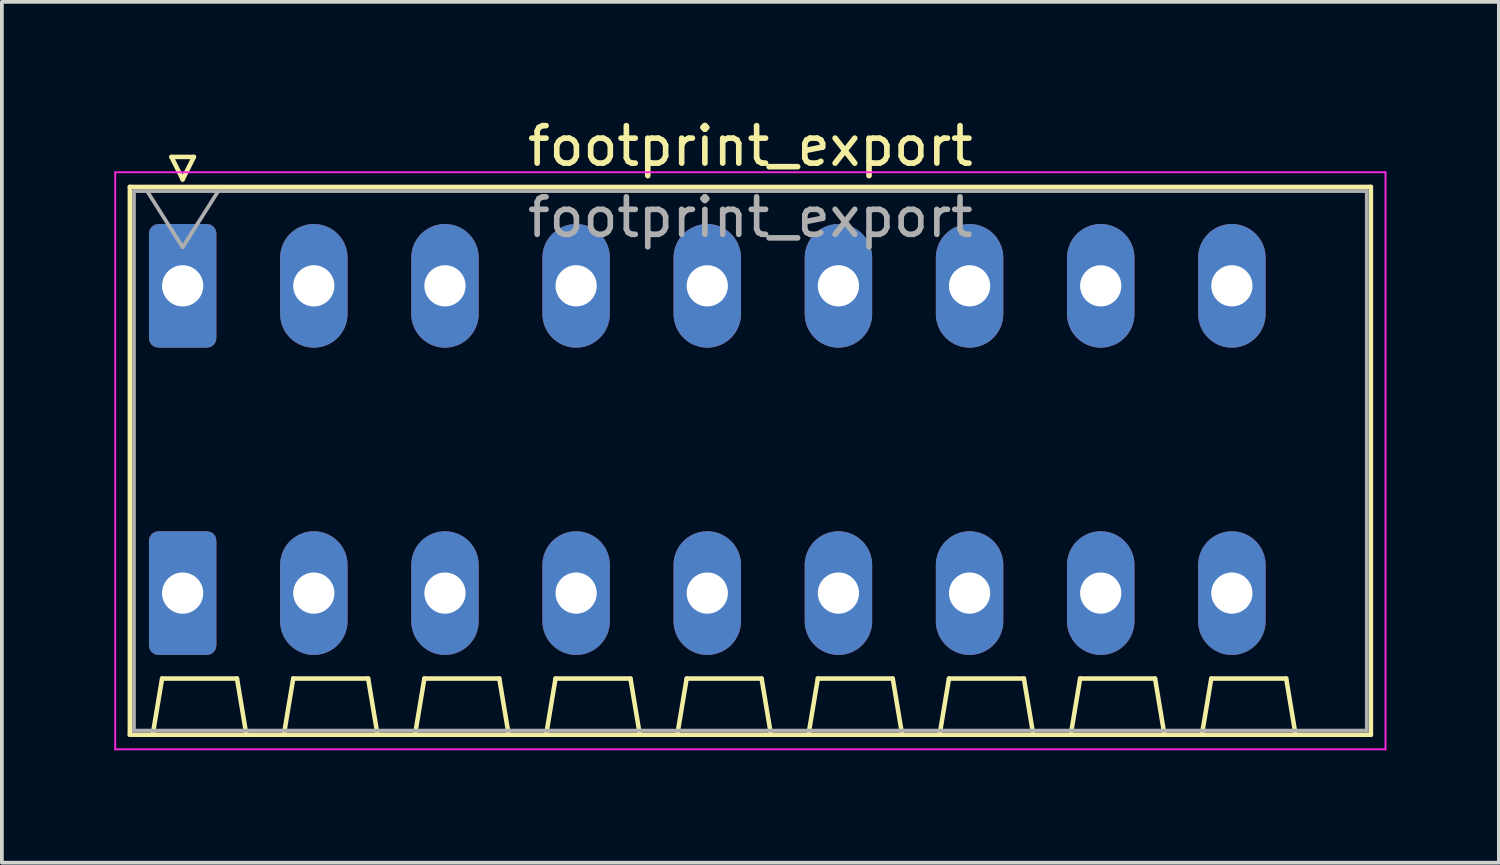
<source format=kicad_pcb>
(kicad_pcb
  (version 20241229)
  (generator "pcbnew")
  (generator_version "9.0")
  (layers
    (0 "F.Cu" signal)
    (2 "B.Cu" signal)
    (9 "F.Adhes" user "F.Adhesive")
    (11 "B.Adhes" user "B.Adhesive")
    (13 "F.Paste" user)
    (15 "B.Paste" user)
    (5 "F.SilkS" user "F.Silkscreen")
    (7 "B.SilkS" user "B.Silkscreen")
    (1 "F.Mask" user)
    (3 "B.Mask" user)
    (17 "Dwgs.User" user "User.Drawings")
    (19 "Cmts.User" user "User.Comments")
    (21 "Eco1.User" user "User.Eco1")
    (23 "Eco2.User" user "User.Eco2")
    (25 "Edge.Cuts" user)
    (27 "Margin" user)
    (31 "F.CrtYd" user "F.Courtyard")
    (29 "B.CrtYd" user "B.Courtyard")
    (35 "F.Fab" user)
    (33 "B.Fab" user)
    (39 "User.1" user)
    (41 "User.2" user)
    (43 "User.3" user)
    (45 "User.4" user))
  (footprint "footprint_export"
    (layer "F.Cu")
    (at 1.825 4.578)
    (property "Reference" "footprint_export" (at 15.15 -3.73 0) (layer "F.SilkS") (effects (font (size 1 1) (thickness 0.15))))
    (attr through_hole)
    (fp_line (start -1.41 -2.64) (end 31.71 -2.64) (stroke (width 0.12) (type solid)) (layer "F.SilkS"))
    (fp_line (start -1.41 11.98) (end -1.41 -2.64) (stroke (width 0.12) (type solid)) (layer "F.SilkS"))
    (fp_line (start -0.8 11.98) (end -0.55 10.48) (stroke (width 0.12) (type solid)) (layer "F.SilkS"))
    (fp_line (start -0.55 10.48) (end 1.45 10.48) (stroke (width 0.12) (type solid)) (layer "F.SilkS"))
    (fp_line (start -0.3 -3.44) (end 0 -2.84) (stroke (width 0.12) (type solid)) (layer "F.SilkS"))
    (fp_line (start -0.3 -3.44) (end 0.3 -3.44) (stroke (width 0.12) (type solid)) (layer "F.SilkS"))
    (fp_line (start 0.3 -3.44) (end 0 -2.84) (stroke (width 0.12) (type solid)) (layer "F.SilkS"))
    (fp_line (start 1.7 11.98) (end 1.45 10.48) (stroke (width 0.12) (type solid)) (layer "F.SilkS"))
    (fp_line (start 2.7 11.98) (end 2.95 10.48) (stroke (width 0.12) (type solid)) (layer "F.SilkS"))
    (fp_line (start 2.95 10.48) (end 4.95 10.48) (stroke (width 0.12) (type solid)) (layer "F.SilkS"))
    (fp_line (start 5.2 11.98) (end 4.95 10.48) (stroke (width 0.12) (type solid)) (layer "F.SilkS"))
    (fp_line (start 6.2 11.98) (end 6.45 10.48) (stroke (width 0.12) (type solid)) (layer "F.SilkS"))
    (fp_line (start 6.45 10.48) (end 8.45 10.48) (stroke (width 0.12) (type solid)) (layer "F.SilkS"))
    (fp_line (start 8.7 11.98) (end 8.45 10.48) (stroke (width 0.12) (type solid)) (layer "F.SilkS"))
    (fp_line (start 9.7 11.98) (end 9.95 10.48) (stroke (width 0.12) (type solid)) (layer "F.SilkS"))
    (fp_line (start 9.95 10.48) (end 11.95 10.48) (stroke (width 0.12) (type solid)) (layer "F.SilkS"))
    (fp_line (start 12.2 11.98) (end 11.95 10.48) (stroke (width 0.12) (type solid)) (layer "F.SilkS"))
    (fp_line (start 13.2 11.98) (end 13.45 10.48) (stroke (width 0.12) (type solid)) (layer "F.SilkS"))
    (fp_line (start 13.45 10.48) (end 15.45 10.48) (stroke (width 0.12) (type solid)) (layer "F.SilkS"))
    (fp_line (start 15.7 11.98) (end 15.45 10.48) (stroke (width 0.12) (type solid)) (layer "F.SilkS"))
    (fp_line (start 16.7 11.98) (end 16.95 10.48) (stroke (width 0.12) (type solid)) (layer "F.SilkS"))
    (fp_line (start 16.95 10.48) (end 18.95 10.48) (stroke (width 0.12) (type solid)) (layer "F.SilkS"))
    (fp_line (start 19.2 11.98) (end 18.95 10.48) (stroke (width 0.12) (type solid)) (layer "F.SilkS"))
    (fp_line (start 20.2 11.98) (end 20.45 10.48) (stroke (width 0.12) (type solid)) (layer "F.SilkS"))
    (fp_line (start 20.45 10.48) (end 22.45 10.48) (stroke (width 0.12) (type solid)) (layer "F.SilkS"))
    (fp_line (start 22.7 11.98) (end 22.45 10.48) (stroke (width 0.12) (type solid)) (layer "F.SilkS"))
    (fp_line (start 23.7 11.98) (end 23.95 10.48) (stroke (width 0.12) (type solid)) (layer "F.SilkS"))
    (fp_line (start 23.95 10.48) (end 25.95 10.48) (stroke (width 0.12) (type solid)) (layer "F.SilkS"))
    (fp_line (start 26.2 11.98) (end 25.95 10.48) (stroke (width 0.12) (type solid)) (layer "F.SilkS"))
    (fp_line (start 27.2 11.98) (end 27.45 10.48) (stroke (width 0.12) (type solid)) (layer "F.SilkS"))
    (fp_line (start 27.45 10.48) (end 29.45 10.48) (stroke (width 0.12) (type solid)) (layer "F.SilkS"))
    (fp_line (start 29.7 11.98) (end 29.45 10.48) (stroke (width 0.12) (type solid)) (layer "F.SilkS"))
    (fp_line (start 31.71 -2.64) (end 31.71 11.98) (stroke (width 0.12) (type solid)) (layer "F.SilkS"))
    (fp_line (start 31.71 11.98) (end -1.41 11.98) (stroke (width 0.12) (type solid)) (layer "F.SilkS"))
    (fp_line (start -1.8 -3.03) (end -1.8 12.37) (stroke (width 0.05) (type solid)) (layer "F.CrtYd"))
    (fp_line (start -1.8 12.37) (end 32.1 12.37) (stroke (width 0.05) (type solid)) (layer "F.CrtYd"))
    (fp_line (start 32.1 -3.03) (end -1.8 -3.03) (stroke (width 0.05) (type solid)) (layer "F.CrtYd"))
    (fp_line (start 32.1 12.37) (end 32.1 -3.03) (stroke (width 0.05) (type solid)) (layer "F.CrtYd"))
    (fp_line (start -1.3 -2.53) (end -1.3 11.87) (stroke (width 0.1) (type solid)) (layer "F.Fab"))
    (fp_line (start -1.3 11.87) (end 31.6 11.87) (stroke (width 0.1) (type solid)) (layer "F.Fab"))
    (fp_line (start -0.95 -2.53) (end 0 -1.03) (stroke (width 0.1) (type solid)) (layer "F.Fab"))
    (fp_line (start 0.95 -2.53) (end 0 -1.03) (stroke (width 0.1) (type solid)) (layer "F.Fab"))
    (fp_line (start 31.6 -2.53) (end -1.3 -2.53) (stroke (width 0.1) (type solid)) (layer "F.Fab"))
    (fp_line (start 31.6 11.87) (end 31.6 -2.53) (stroke (width 0.1) (type solid)) (layer "F.Fab"))
    (fp_text user "${REFERENCE}" (at 15.15 -1.83 0) (layer "F.Fab") (effects (font (size 1 1) (thickness 0.15))))
    (pad "1" thru_hole roundrect (at 0 0) (size 1.8 3.3) (drill 1.1) (layers "*.Cu" "*.Mask") (roundrect_rratio 0.139))
    (pad "1" thru_hole roundrect (at 0 8.2) (size 1.8 3.3) (drill 1.1) (layers "*.Cu" "*.Mask") (roundrect_rratio 0.139))
    (pad "2" thru_hole oval (at 3.5 0) (size 1.8 3.3) (drill 1.1) (layers "*.Cu" "*.Mask"))
    (pad "2" thru_hole oval (at 3.5 8.2) (size 1.8 3.3) (drill 1.1) (layers "*.Cu" "*.Mask"))
    (pad "3" thru_hole oval (at 7 0) (size 1.8 3.3) (drill 1.1) (layers "*.Cu" "*.Mask"))
    (pad "3" thru_hole oval (at 7 8.2) (size 1.8 3.3) (drill 1.1) (layers "*.Cu" "*.Mask"))
    (pad "4" thru_hole oval (at 10.5 0) (size 1.8 3.3) (drill 1.1) (layers "*.Cu" "*.Mask"))
    (pad "4" thru_hole oval (at 10.5 8.2) (size 1.8 3.3) (drill 1.1) (layers "*.Cu" "*.Mask"))
    (pad "5" thru_hole oval (at 14 0) (size 1.8 3.3) (drill 1.1) (layers "*.Cu" "*.Mask"))
    (pad "5" thru_hole oval (at 14 8.2) (size 1.8 3.3) (drill 1.1) (layers "*.Cu" "*.Mask"))
    (pad "6" thru_hole oval (at 17.5 0) (size 1.8 3.3) (drill 1.1) (layers "*.Cu" "*.Mask"))
    (pad "6" thru_hole oval (at 17.5 8.2) (size 1.8 3.3) (drill 1.1) (layers "*.Cu" "*.Mask"))
    (pad "7" thru_hole oval (at 21 0) (size 1.8 3.3) (drill 1.1) (layers "*.Cu" "*.Mask"))
    (pad "7" thru_hole oval (at 21 8.2) (size 1.8 3.3) (drill 1.1) (layers "*.Cu" "*.Mask"))
    (pad "8" thru_hole oval (at 24.5 0) (size 1.8 3.3) (drill 1.1) (layers "*.Cu" "*.Mask"))
    (pad "8" thru_hole oval (at 24.5 8.2) (size 1.8 3.3) (drill 1.1) (layers "*.Cu" "*.Mask"))
    (pad "9" thru_hole oval (at 28 0) (size 1.8 3.3) (drill 1.1) (layers "*.Cu" "*.Mask"))
    (pad "9" thru_hole oval (at 28 8.2) (size 1.8 3.3) (drill 1.1) (layers "*.Cu" "*.Mask")))
  (gr_rect
    (start -3 -3)
    (end 36.95 19.973)
    (stroke (width 0.1) (type default))
    (fill no)
    (layer "Edge.Cuts")))
</source>
